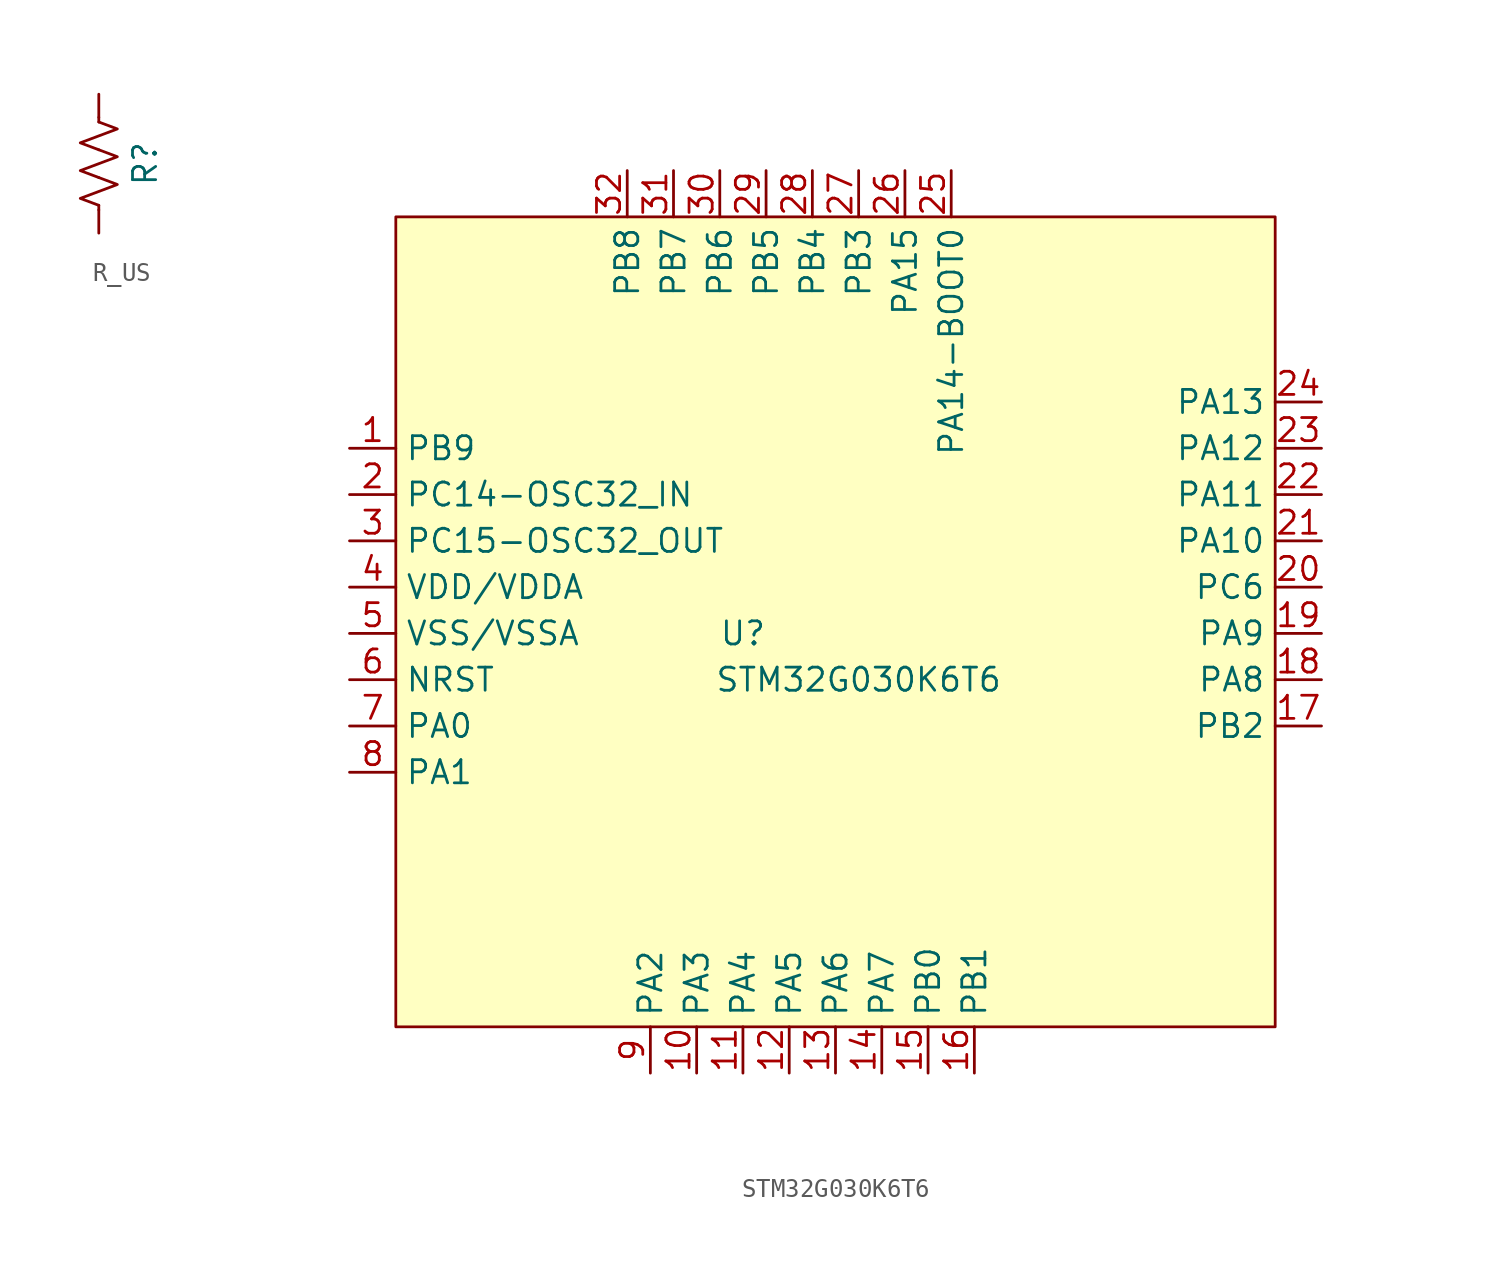
<source format=kicad_sym>
(kicad_symbol_lib
  (version 20220914)
  (generator kicad_symbol_editor)
  (symbol "R_US"
    (pin_numbers hide)
    (pin_names
      (offset 0))
    (property "Reference" "R"
      (at 2.54 0 90)
      (effects (font (size 1.27 1.27))))
    (symbol "R_US_0_1"
      (polyline (pts (xy 0 -2.286) (xy 0 -2.54)) (stroke (width 0) (type default)) (fill (type none)))
      (polyline (pts (xy 0 2.286) (xy 0 2.54)) (stroke (width 0) (type default)) (fill (type none)))
      (polyline (pts (xy 0 -0.762) (xy 1.016 -1.143) (xy 0 -1.524) (xy -1.016 -1.905) (xy 0 -2.286)) (stroke (width 0) (type default)) (fill (type none)))
      (polyline (pts (xy 0 0.762) (xy 1.016 0.381) (xy 0 0) (xy -1.016 -0.381) (xy 0 -0.762)) (stroke (width 0) (type default)) (fill (type none)))
      (polyline (pts (xy 0 2.286) (xy 1.016 1.905) (xy 0 1.524) (xy -1.016 1.143) (xy 0 0.762)) (stroke (width 0) (type default)) (fill (type none))))
    (symbol "R_US_1_1"
      (pin passive line (at 0 3.81 270) (length 1.27) (name "~" (effects (font (size 1.27 1.27)))) (number "1" (effects (font (size 1.27 1.27)))))
      (pin passive line (at 0 -3.81 90) (length 1.27) (name "~" (effects (font (size 1.27 1.27)))) (number "2" (effects (font (size 1.27 1.27)))))))
  (symbol "STM32G030K6T6"
    (property "Reference" "U"
      (at 12.7 -16.51 0)
      (effects (font (size 1.27 1.27))))
    (property "Value" "STM32G030K6T6"
      (at 19.05 -19.05 0)
      (effects (font (size 1.27 1.27))))
    (symbol "STM32G030K6T6_0_1"
      (rectangle (start -6.35 6.35) (end 41.91 -38.1) (stroke (width 0) (type default)) (fill (type background))))
    (symbol "STM32G030K6T6_1_1"
      (pin bidirectional line (at -8.89 -6.35 0) (length 2.54) (name "PB9" (effects (font (size 1.27 1.27)))) (number "1" (effects (font (size 1.27 1.27)))))
      (pin bidirectional line (at 10.16 -40.64 90) (length 2.54) (name "PA3" (effects (font (size 1.27 1.27)))) (number "10" (effects (font (size 1.27 1.27)))))
      (pin bidirectional line (at 12.7 -40.64 90) (length 2.54) (name "PA4" (effects (font (size 1.27 1.27)))) (number "11" (effects (font (size 1.27 1.27)))))
      (pin bidirectional line (at 15.24 -40.64 90) (length 2.54) (name "PA5" (effects (font (size 1.27 1.27)))) (number "12" (effects (font (size 1.27 1.27)))))
      (pin bidirectional line (at 17.78 -40.64 90) (length 2.54) (name "PA6" (effects (font (size 1.27 1.27)))) (number "13" (effects (font (size 1.27 1.27)))))
      (pin bidirectional line (at 20.32 -40.64 90) (length 2.54) (name "PA7" (effects (font (size 1.27 1.27)))) (number "14" (effects (font (size 1.27 1.27)))))
      (pin bidirectional line (at 22.86 -40.64 90) (length 2.54) (name "PB0" (effects (font (size 1.27 1.27)))) (number "15" (effects (font (size 1.27 1.27)))))
      (pin bidirectional line (at 25.4 -40.64 90) (length 2.54) (name "PB1" (effects (font (size 1.27 1.27)))) (number "16" (effects (font (size 1.27 1.27)))))
      (pin bidirectional line (at 44.45 -21.59 180) (length 2.54) (name "PB2" (effects (font (size 1.27 1.27)))) (number "17" (effects (font (size 1.27 1.27)))))
      (pin bidirectional line (at 44.45 -19.05 180) (length 2.54) (name "PA8" (effects (font (size 1.27 1.27)))) (number "18" (effects (font (size 1.27 1.27)))))
      (pin bidirectional line (at 44.45 -16.51 180) (length 2.54) (name "PA9" (effects (font (size 1.27 1.27)))) (number "19" (effects (font (size 1.27 1.27)))))
      (pin bidirectional line (at -8.89 -8.89 0) (length 2.54) (name "PC14-OSC32_IN" (effects (font (size 1.27 1.27)))) (number "2" (effects (font (size 1.27 1.27)))))
      (pin bidirectional line (at 44.45 -13.97 180) (length 2.54) (name "PC6" (effects (font (size 1.27 1.27)))) (number "20" (effects (font (size 1.27 1.27)))))
      (pin bidirectional line (at 44.45 -11.43 180) (length 2.54) (name "PA10" (effects (font (size 1.27 1.27)))) (number "21" (effects (font (size 1.27 1.27)))))
      (pin bidirectional line (at 44.45 -8.89 180) (length 2.54) (name "PA11" (effects (font (size 1.27 1.27)))) (number "22" (effects (font (size 1.27 1.27)))))
      (pin bidirectional line (at 44.45 -6.35 180) (length 2.54) (name "PA12" (effects (font (size 1.27 1.27)))) (number "23" (effects (font (size 1.27 1.27)))))
      (pin bidirectional line (at 44.45 -3.81 180) (length 2.54) (name "PA13" (effects (font (size 1.27 1.27)))) (number "24" (effects (font (size 1.27 1.27)))))
      (pin bidirectional line (at 24.13 8.89 270) (length 2.54) (name "PA14-BOOT0" (effects (font (size 1.27 1.27)))) (number "25" (effects (font (size 1.27 1.27)))))
      (pin bidirectional line (at 21.59 8.89 270) (length 2.54) (name "PA15" (effects (font (size 1.27 1.27)))) (number "26" (effects (font (size 1.27 1.27)))))
      (pin bidirectional line (at 19.05 8.89 270) (length 2.54) (name "PB3" (effects (font (size 1.27 1.27)))) (number "27" (effects (font (size 1.27 1.27)))))
      (pin bidirectional line (at 16.51 8.89 270) (length 2.54) (name "PB4" (effects (font (size 1.27 1.27)))) (number "28" (effects (font (size 1.27 1.27)))))
      (pin bidirectional line (at 13.97 8.89 270) (length 2.54) (name "PB5" (effects (font (size 1.27 1.27)))) (number "29" (effects (font (size 1.27 1.27)))))
      (pin bidirectional line (at -8.89 -11.43 0) (length 2.54) (name "PC15-OSC32_OUT" (effects (font (size 1.27 1.27)))) (number "3" (effects (font (size 1.27 1.27)))))
      (pin bidirectional line (at 11.43 8.89 270) (length 2.54) (name "PB6" (effects (font (size 1.27 1.27)))) (number "30" (effects (font (size 1.27 1.27)))))
      (pin bidirectional line (at 8.89 8.89 270) (length 2.54) (name "PB7" (effects (font (size 1.27 1.27)))) (number "31" (effects (font (size 1.27 1.27)))))
      (pin bidirectional line (at 6.35 8.89 270) (length 2.54) (name "PB8" (effects (font (size 1.27 1.27)))) (number "32" (effects (font (size 1.27 1.27)))))
      (pin bidirectional line (at -8.89 -13.97 0) (length 2.54) (name "VDD/VDDA" (effects (font (size 1.27 1.27)))) (number "4" (effects (font (size 1.27 1.27)))))
      (pin bidirectional line (at -8.89 -16.51 0) (length 2.54) (name "VSS/VSSA" (effects (font (size 1.27 1.27)))) (number "5" (effects (font (size 1.27 1.27)))))
      (pin bidirectional line (at -8.89 -19.05 0) (length 2.54) (name "NRST" (effects (font (size 1.27 1.27)))) (number "6" (effects (font (size 1.27 1.27)))))
      (pin bidirectional line (at -8.89 -21.59 0) (length 2.54) (name "PA0" (effects (font (size 1.27 1.27)))) (number "7" (effects (font (size 1.27 1.27)))))
      (pin bidirectional line (at -8.89 -24.13 0) (length 2.54) (name "PA1" (effects (font (size 1.27 1.27)))) (number "8" (effects (font (size 1.27 1.27)))))
      (pin bidirectional line (at 7.62 -40.64 90) (length 2.54) (name "PA2" (effects (font (size 1.27 1.27)))) (number "9" (effects (font (size 1.27 1.27))))))))
</source>
